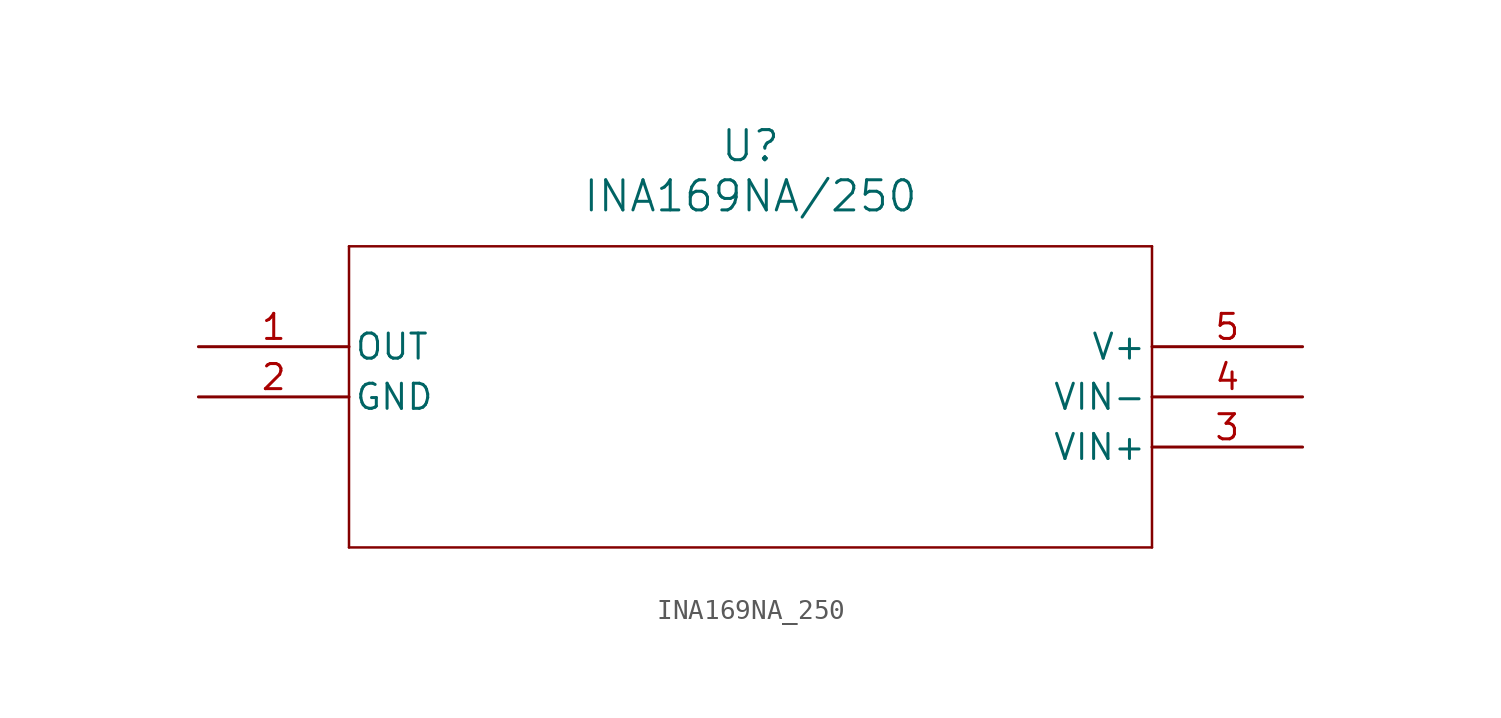
<source format=kicad_sym>
(kicad_symbol_lib
  (version 20211014)
  (generator kicad_symbol_editor)
  (symbol "INA169NA_250"
    (pin_names
      (offset 0.254))
    (property "Reference" "U"
      (at 27.94 10.16 0)
      (effects (font (size 1.524 1.524))))
    (property "Value" "INA169NA/250"
      (at 27.94 7.62 0)
      (effects (font (size 1.524 1.524))))
    (symbol "INA169NA_250_0_1"
      (polyline (pts (xy 7.62 5.08) (xy 7.62 -10.16)) (stroke (width 0.127) (type default) (color 0 0 0 0)) (fill (type none)))
      (polyline (pts (xy 7.62 -10.16) (xy 48.26 -10.16)) (stroke (width 0.127) (type default) (color 0 0 0 0)) (fill (type none)))
      (polyline (pts (xy 48.26 -10.16) (xy 48.26 5.08)) (stroke (width 0.127) (type default) (color 0 0 0 0)) (fill (type none)))
      (polyline (pts (xy 48.26 5.08) (xy 7.62 5.08)) (stroke (width 0.127) (type default) (color 0 0 0 0)) (fill (type none)))
      (pin output line (at 0 0 0) (length 7.62) (name "OUT" (effects (font (size 1.27 1.27)))) (number "1" (effects (font (size 1.27 1.27)))))
      (pin power_in line (at 0 -2.54 0) (length 7.62) (name "GND" (effects (font (size 1.27 1.27)))) (number "2" (effects (font (size 1.27 1.27)))))
      (pin input line (at 55.88 -5.08 180) (length 7.62) (name "VIN+" (effects (font (size 1.27 1.27)))) (number "3" (effects (font (size 1.27 1.27)))))
      (pin input line (at 55.88 -2.54 180) (length 7.62) (name "VIN-" (effects (font (size 1.27 1.27)))) (number "4" (effects (font (size 1.27 1.27)))))
      (pin power_in line (at 55.88 0 180) (length 7.62) (name "V+" (effects (font (size 1.27 1.27)))) (number "5" (effects (font (size 1.27 1.27))))))))
</source>
